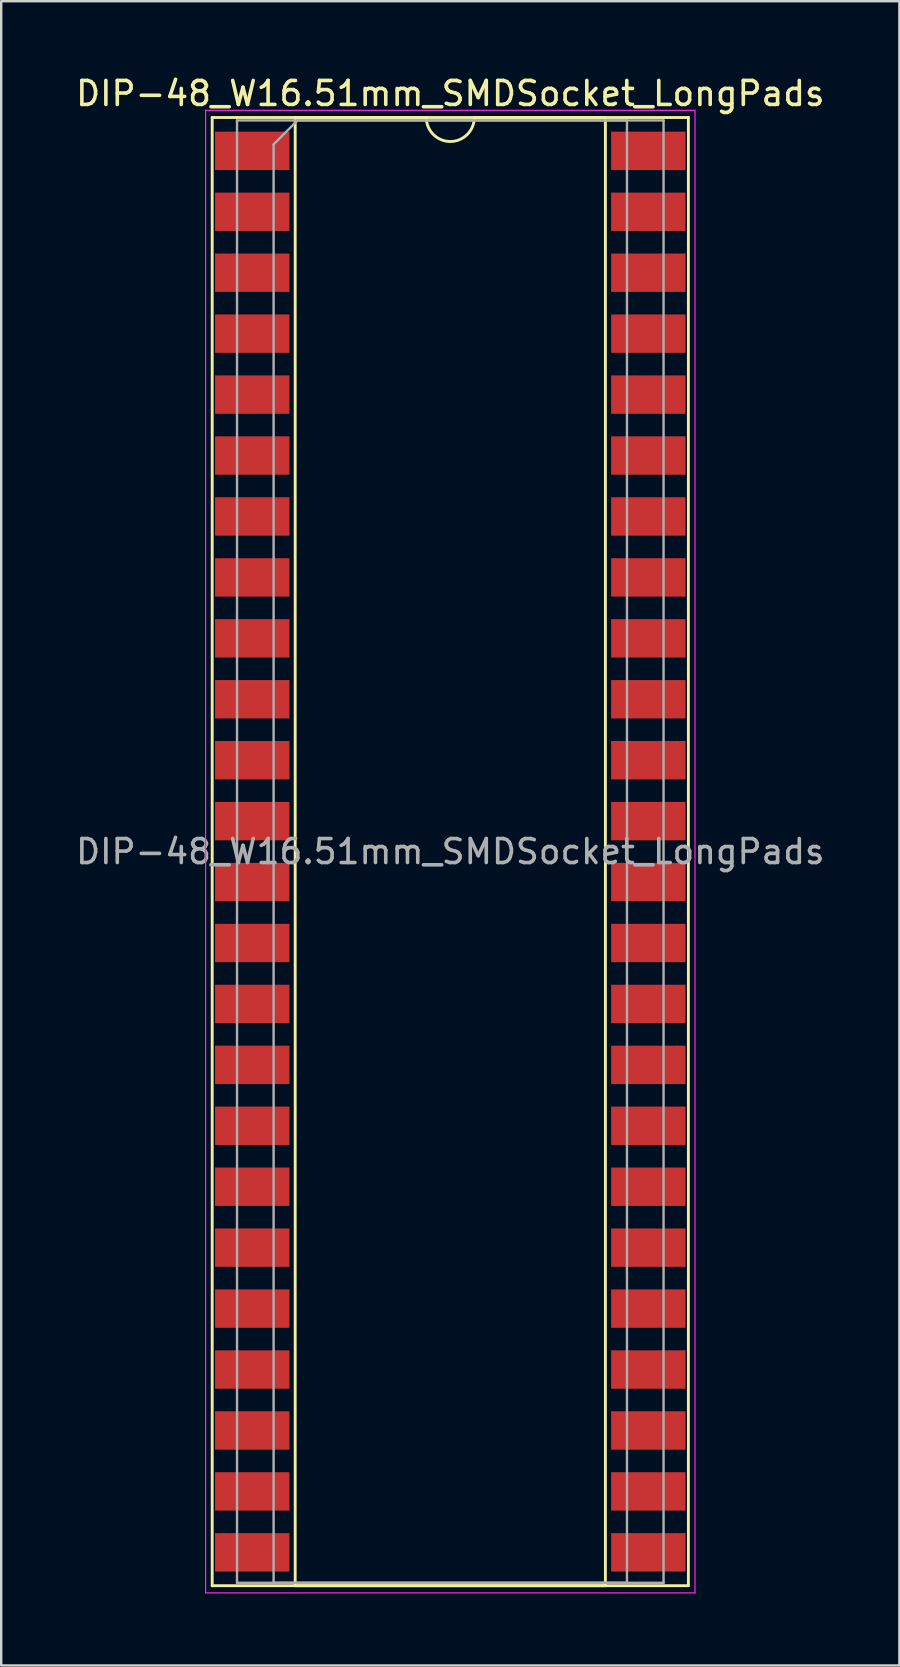
<source format=kicad_pcb>
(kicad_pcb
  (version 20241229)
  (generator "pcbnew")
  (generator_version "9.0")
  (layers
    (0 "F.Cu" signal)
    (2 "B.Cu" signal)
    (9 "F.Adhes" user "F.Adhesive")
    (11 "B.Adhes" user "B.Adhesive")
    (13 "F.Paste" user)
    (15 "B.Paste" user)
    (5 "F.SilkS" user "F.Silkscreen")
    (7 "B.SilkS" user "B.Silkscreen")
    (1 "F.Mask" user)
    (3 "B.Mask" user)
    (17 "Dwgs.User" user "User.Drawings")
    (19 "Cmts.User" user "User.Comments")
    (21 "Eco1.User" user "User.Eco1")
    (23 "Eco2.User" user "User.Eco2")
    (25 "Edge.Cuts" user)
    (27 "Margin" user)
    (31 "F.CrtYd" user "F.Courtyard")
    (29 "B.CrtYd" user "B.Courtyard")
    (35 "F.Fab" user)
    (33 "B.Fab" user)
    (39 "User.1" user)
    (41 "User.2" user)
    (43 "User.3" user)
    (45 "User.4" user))
  (footprint "DIP-48_W16.51mm_SMDSocket_LongPads"
    (layer "F.Cu")
    (at 15.72 32.448)
    (property "Reference" "DIP-48_W16.51mm_SMDSocket_LongPads" (at 0 -31.6 0) (layer "F.SilkS") (effects (font (size 1 1) (thickness 0.15))))
    (attr smd)
    (fp_line (start -9.925 -30.6) (end -9.925 30.6) (stroke (width 0.12) (type solid)) (layer "F.SilkS"))
    (fp_line (start -9.925 30.6) (end 9.925 30.6) (stroke (width 0.12) (type solid)) (layer "F.SilkS"))
    (fp_line (start -6.465 -30.6) (end -6.465 30.6) (stroke (width 0.12) (type solid)) (layer "F.SilkS"))
    (fp_line (start -6.465 30.6) (end 6.465 30.6) (stroke (width 0.12) (type solid)) (layer "F.SilkS"))
    (fp_line (start -1 -30.6) (end -6.465 -30.6) (stroke (width 0.12) (type solid)) (layer "F.SilkS"))
    (fp_line (start 6.465 -30.6) (end 1 -30.6) (stroke (width 0.12) (type solid)) (layer "F.SilkS"))
    (fp_line (start 6.465 30.6) (end 6.465 -30.6) (stroke (width 0.12) (type solid)) (layer "F.SilkS"))
    (fp_line (start 9.925 -30.6) (end -9.925 -30.6) (stroke (width 0.12) (type solid)) (layer "F.SilkS"))
    (fp_line (start 9.925 30.6) (end 9.925 -30.6) (stroke (width 0.12) (type solid)) (layer "F.SilkS"))
    (fp_arc (start 1 -30.6) (mid 0 -29.6) (end -1 -30.6) (stroke (width 0.12) (type solid)) (layer "F.SilkS"))
    (fp_line (start -10.2 -30.9) (end -10.2 30.9) (stroke (width 0.05) (type solid)) (layer "F.CrtYd"))
    (fp_line (start -10.2 30.9) (end 10.2 30.9) (stroke (width 0.05) (type solid)) (layer "F.CrtYd"))
    (fp_line (start 10.2 -30.9) (end -10.2 -30.9) (stroke (width 0.05) (type solid)) (layer "F.CrtYd"))
    (fp_line (start 10.2 30.9) (end 10.2 -30.9) (stroke (width 0.05) (type solid)) (layer "F.CrtYd"))
    (fp_line (start -8.89 -30.48) (end -8.89 30.48) (stroke (width 0.1) (type solid)) (layer "F.Fab"))
    (fp_line (start -8.89 30.48) (end 8.89 30.48) (stroke (width 0.1) (type solid)) (layer "F.Fab"))
    (fp_line (start -7.365 -29.48) (end -6.365 -30.48) (stroke (width 0.1) (type solid)) (layer "F.Fab"))
    (fp_line (start -7.365 30.48) (end -7.365 -29.48) (stroke (width 0.1) (type solid)) (layer "F.Fab"))
    (fp_line (start -6.365 -30.48) (end 7.365 -30.48) (stroke (width 0.1) (type solid)) (layer "F.Fab"))
    (fp_line (start 7.365 -30.48) (end 7.365 30.48) (stroke (width 0.1) (type solid)) (layer "F.Fab"))
    (fp_line (start 7.365 30.48) (end -7.365 30.48) (stroke (width 0.1) (type solid)) (layer "F.Fab"))
    (fp_line (start 8.89 -30.48) (end -8.89 -30.48) (stroke (width 0.1) (type solid)) (layer "F.Fab"))
    (fp_line (start 8.89 30.48) (end 8.89 -30.48) (stroke (width 0.1) (type solid)) (layer "F.Fab"))
    (fp_text user "${REFERENCE}" (at 0 0 0) (layer "F.Fab") (effects (font (size 1 1) (thickness 0.15))))
    (pad "1" smd rect (at -8.255 -29.21) (size 3.1 1.6) (layers "F.Cu" "F.Mask" "F.Paste"))
    (pad "2" smd rect (at -8.255 -26.67) (size 3.1 1.6) (layers "F.Cu" "F.Mask" "F.Paste"))
    (pad "3" smd rect (at -8.255 -24.13) (size 3.1 1.6) (layers "F.Cu" "F.Mask" "F.Paste"))
    (pad "4" smd rect (at -8.255 -21.59) (size 3.1 1.6) (layers "F.Cu" "F.Mask" "F.Paste"))
    (pad "5" smd rect (at -8.255 -19.05) (size 3.1 1.6) (layers "F.Cu" "F.Mask" "F.Paste"))
    (pad "6" smd rect (at -8.255 -16.51) (size 3.1 1.6) (layers "F.Cu" "F.Mask" "F.Paste"))
    (pad "7" smd rect (at -8.255 -13.97) (size 3.1 1.6) (layers "F.Cu" "F.Mask" "F.Paste"))
    (pad "8" smd rect (at -8.255 -11.43) (size 3.1 1.6) (layers "F.Cu" "F.Mask" "F.Paste"))
    (pad "9" smd rect (at -8.255 -8.89) (size 3.1 1.6) (layers "F.Cu" "F.Mask" "F.Paste"))
    (pad "10" smd rect (at -8.255 -6.35) (size 3.1 1.6) (layers "F.Cu" "F.Mask" "F.Paste"))
    (pad "11" smd rect (at -8.255 -3.81) (size 3.1 1.6) (layers "F.Cu" "F.Mask" "F.Paste"))
    (pad "12" smd rect (at -8.255 -1.27) (size 3.1 1.6) (layers "F.Cu" "F.Mask" "F.Paste"))
    (pad "13" smd rect (at -8.255 1.27) (size 3.1 1.6) (layers "F.Cu" "F.Mask" "F.Paste"))
    (pad "14" smd rect (at -8.255 3.81) (size 3.1 1.6) (layers "F.Cu" "F.Mask" "F.Paste"))
    (pad "15" smd rect (at -8.255 6.35) (size 3.1 1.6) (layers "F.Cu" "F.Mask" "F.Paste"))
    (pad "16" smd rect (at -8.255 8.89) (size 3.1 1.6) (layers "F.Cu" "F.Mask" "F.Paste"))
    (pad "17" smd rect (at -8.255 11.43) (size 3.1 1.6) (layers "F.Cu" "F.Mask" "F.Paste"))
    (pad "18" smd rect (at -8.255 13.97) (size 3.1 1.6) (layers "F.Cu" "F.Mask" "F.Paste"))
    (pad "19" smd rect (at -8.255 16.51) (size 3.1 1.6) (layers "F.Cu" "F.Mask" "F.Paste"))
    (pad "20" smd rect (at -8.255 19.05) (size 3.1 1.6) (layers "F.Cu" "F.Mask" "F.Paste"))
    (pad "21" smd rect (at -8.255 21.59) (size 3.1 1.6) (layers "F.Cu" "F.Mask" "F.Paste"))
    (pad "22" smd rect (at -8.255 24.13) (size 3.1 1.6) (layers "F.Cu" "F.Mask" "F.Paste"))
    (pad "23" smd rect (at -8.255 26.67) (size 3.1 1.6) (layers "F.Cu" "F.Mask" "F.Paste"))
    (pad "24" smd rect (at -8.255 29.21) (size 3.1 1.6) (layers "F.Cu" "F.Mask" "F.Paste"))
    (pad "25" smd rect (at 8.255 29.21) (size 3.1 1.6) (layers "F.Cu" "F.Mask" "F.Paste"))
    (pad "26" smd rect (at 8.255 26.67) (size 3.1 1.6) (layers "F.Cu" "F.Mask" "F.Paste"))
    (pad "27" smd rect (at 8.255 24.13) (size 3.1 1.6) (layers "F.Cu" "F.Mask" "F.Paste"))
    (pad "28" smd rect (at 8.255 21.59) (size 3.1 1.6) (layers "F.Cu" "F.Mask" "F.Paste"))
    (pad "29" smd rect (at 8.255 19.05) (size 3.1 1.6) (layers "F.Cu" "F.Mask" "F.Paste"))
    (pad "30" smd rect (at 8.255 16.51) (size 3.1 1.6) (layers "F.Cu" "F.Mask" "F.Paste"))
    (pad "31" smd rect (at 8.255 13.97) (size 3.1 1.6) (layers "F.Cu" "F.Mask" "F.Paste"))
    (pad "32" smd rect (at 8.255 11.43) (size 3.1 1.6) (layers "F.Cu" "F.Mask" "F.Paste"))
    (pad "33" smd rect (at 8.255 8.89) (size 3.1 1.6) (layers "F.Cu" "F.Mask" "F.Paste"))
    (pad "34" smd rect (at 8.255 6.35) (size 3.1 1.6) (layers "F.Cu" "F.Mask" "F.Paste"))
    (pad "35" smd rect (at 8.255 3.81) (size 3.1 1.6) (layers "F.Cu" "F.Mask" "F.Paste"))
    (pad "36" smd rect (at 8.255 1.27) (size 3.1 1.6) (layers "F.Cu" "F.Mask" "F.Paste"))
    (pad "37" smd rect (at 8.255 -1.27) (size 3.1 1.6) (layers "F.Cu" "F.Mask" "F.Paste"))
    (pad "38" smd rect (at 8.255 -3.81) (size 3.1 1.6) (layers "F.Cu" "F.Mask" "F.Paste"))
    (pad "39" smd rect (at 8.255 -6.35) (size 3.1 1.6) (layers "F.Cu" "F.Mask" "F.Paste"))
    (pad "40" smd rect (at 8.255 -8.89) (size 3.1 1.6) (layers "F.Cu" "F.Mask" "F.Paste"))
    (pad "41" smd rect (at 8.255 -11.43) (size 3.1 1.6) (layers "F.Cu" "F.Mask" "F.Paste"))
    (pad "42" smd rect (at 8.255 -13.97) (size 3.1 1.6) (layers "F.Cu" "F.Mask" "F.Paste"))
    (pad "43" smd rect (at 8.255 -16.51) (size 3.1 1.6) (layers "F.Cu" "F.Mask" "F.Paste"))
    (pad "44" smd rect (at 8.255 -19.05) (size 3.1 1.6) (layers "F.Cu" "F.Mask" "F.Paste"))
    (pad "45" smd rect (at 8.255 -21.59) (size 3.1 1.6) (layers "F.Cu" "F.Mask" "F.Paste"))
    (pad "46" smd rect (at 8.255 -24.13) (size 3.1 1.6) (layers "F.Cu" "F.Mask" "F.Paste"))
    (pad "47" smd rect (at 8.255 -26.67) (size 3.1 1.6) (layers "F.Cu" "F.Mask" "F.Paste"))
    (pad "48" smd rect (at 8.255 -29.21) (size 3.1 1.6) (layers "F.Cu" "F.Mask" "F.Paste")))
  (gr_rect
    (start -3 -3)
    (end 34.44 66.373)
    (stroke (width 0.1) (type default))
    (fill no)
    (layer "Edge.Cuts")))
</source>
